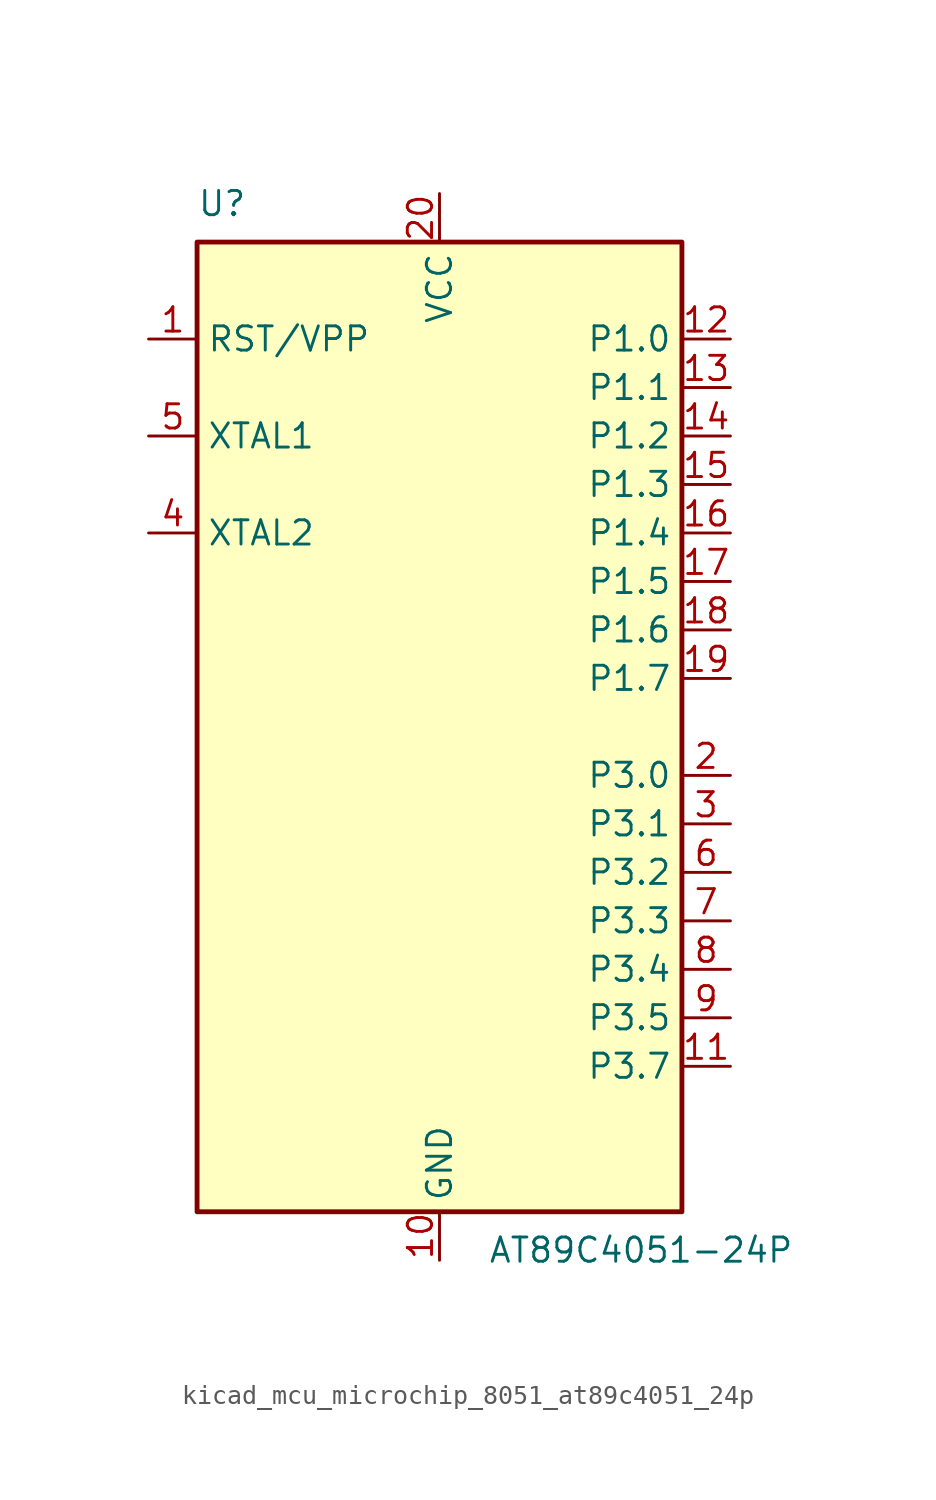
<source format=kicad_sym>
(kicad_symbol_lib
  (version 20220914)
  (generator kicad_symbol_editor)
  (symbol "kicad_mcu_microchip_8051_at89c4051_24p"
    (property "Reference" "U"
      (at -12.7 26.67 0)
      (effects (font (size 1.27 1.27)) (justify left bottom)))
    (property "Value" "AT89C4051-24P"
      (at 2.54 -26.67 0)
      (effects (font (size 1.27 1.27)) (justify left top)))
    (symbol "kicad_mcu_microchip_8051_at89c4051_24p_0_1"
      (rectangle (start -12.7 -25.4) (end 12.7 25.4) (stroke (width 0.254) (type default)) (fill (type background))))
    (symbol "kicad_mcu_microchip_8051_at89c4051_24p_1_1"
      (pin input line (at -15.24 20.32 0) (length 2.54) (name "RST/VPP" (effects (font (size 1.27 1.27)))) (number "1" (effects (font (size 1.27 1.27)))))
      (pin power_in line (at 0 -27.94 90) (length 2.54) (name "GND" (effects (font (size 1.27 1.27)))) (number "10" (effects (font (size 1.27 1.27)))))
      (pin bidirectional line (at 15.24 -17.78 180) (length 2.54) (name "P3.7" (effects (font (size 1.27 1.27)))) (number "11" (effects (font (size 1.27 1.27)))))
      (pin bidirectional line (at 15.24 20.32 180) (length 2.54) (name "P1.0" (effects (font (size 1.27 1.27)))) (number "12" (effects (font (size 1.27 1.27)))))
      (pin bidirectional line (at 15.24 17.78 180) (length 2.54) (name "P1.1" (effects (font (size 1.27 1.27)))) (number "13" (effects (font (size 1.27 1.27)))))
      (pin bidirectional line (at 15.24 15.24 180) (length 2.54) (name "P1.2" (effects (font (size 1.27 1.27)))) (number "14" (effects (font (size 1.27 1.27)))))
      (pin bidirectional line (at 15.24 12.7 180) (length 2.54) (name "P1.3" (effects (font (size 1.27 1.27)))) (number "15" (effects (font (size 1.27 1.27)))))
      (pin bidirectional line (at 15.24 10.16 180) (length 2.54) (name "P1.4" (effects (font (size 1.27 1.27)))) (number "16" (effects (font (size 1.27 1.27)))))
      (pin bidirectional line (at 15.24 7.62 180) (length 2.54) (name "P1.5" (effects (font (size 1.27 1.27)))) (number "17" (effects (font (size 1.27 1.27)))))
      (pin bidirectional line (at 15.24 5.08 180) (length 2.54) (name "P1.6" (effects (font (size 1.27 1.27)))) (number "18" (effects (font (size 1.27 1.27)))))
      (pin bidirectional line (at 15.24 2.54 180) (length 2.54) (name "P1.7" (effects (font (size 1.27 1.27)))) (number "19" (effects (font (size 1.27 1.27)))))
      (pin bidirectional line (at 15.24 -2.54 180) (length 2.54) (name "P3.0" (effects (font (size 1.27 1.27)))) (number "2" (effects (font (size 1.27 1.27)))))
      (pin power_in line (at 0 27.94 270) (length 2.54) (name "VCC" (effects (font (size 1.27 1.27)))) (number "20" (effects (font (size 1.27 1.27)))))
      (pin bidirectional line (at 15.24 -5.08 180) (length 2.54) (name "P3.1" (effects (font (size 1.27 1.27)))) (number "3" (effects (font (size 1.27 1.27)))))
      (pin output line (at -15.24 10.16 0) (length 2.54) (name "XTAL2" (effects (font (size 1.27 1.27)))) (number "4" (effects (font (size 1.27 1.27)))))
      (pin input line (at -15.24 15.24 0) (length 2.54) (name "XTAL1" (effects (font (size 1.27 1.27)))) (number "5" (effects (font (size 1.27 1.27)))))
      (pin bidirectional line (at 15.24 -7.62 180) (length 2.54) (name "P3.2" (effects (font (size 1.27 1.27)))) (number "6" (effects (font (size 1.27 1.27)))))
      (pin bidirectional line (at 15.24 -10.16 180) (length 2.54) (name "P3.3" (effects (font (size 1.27 1.27)))) (number "7" (effects (font (size 1.27 1.27)))))
      (pin bidirectional line (at 15.24 -12.7 180) (length 2.54) (name "P3.4" (effects (font (size 1.27 1.27)))) (number "8" (effects (font (size 1.27 1.27)))))
      (pin bidirectional line (at 15.24 -15.24 180) (length 2.54) (name "P3.5" (effects (font (size 1.27 1.27)))) (number "9" (effects (font (size 1.27 1.27))))))))
</source>
